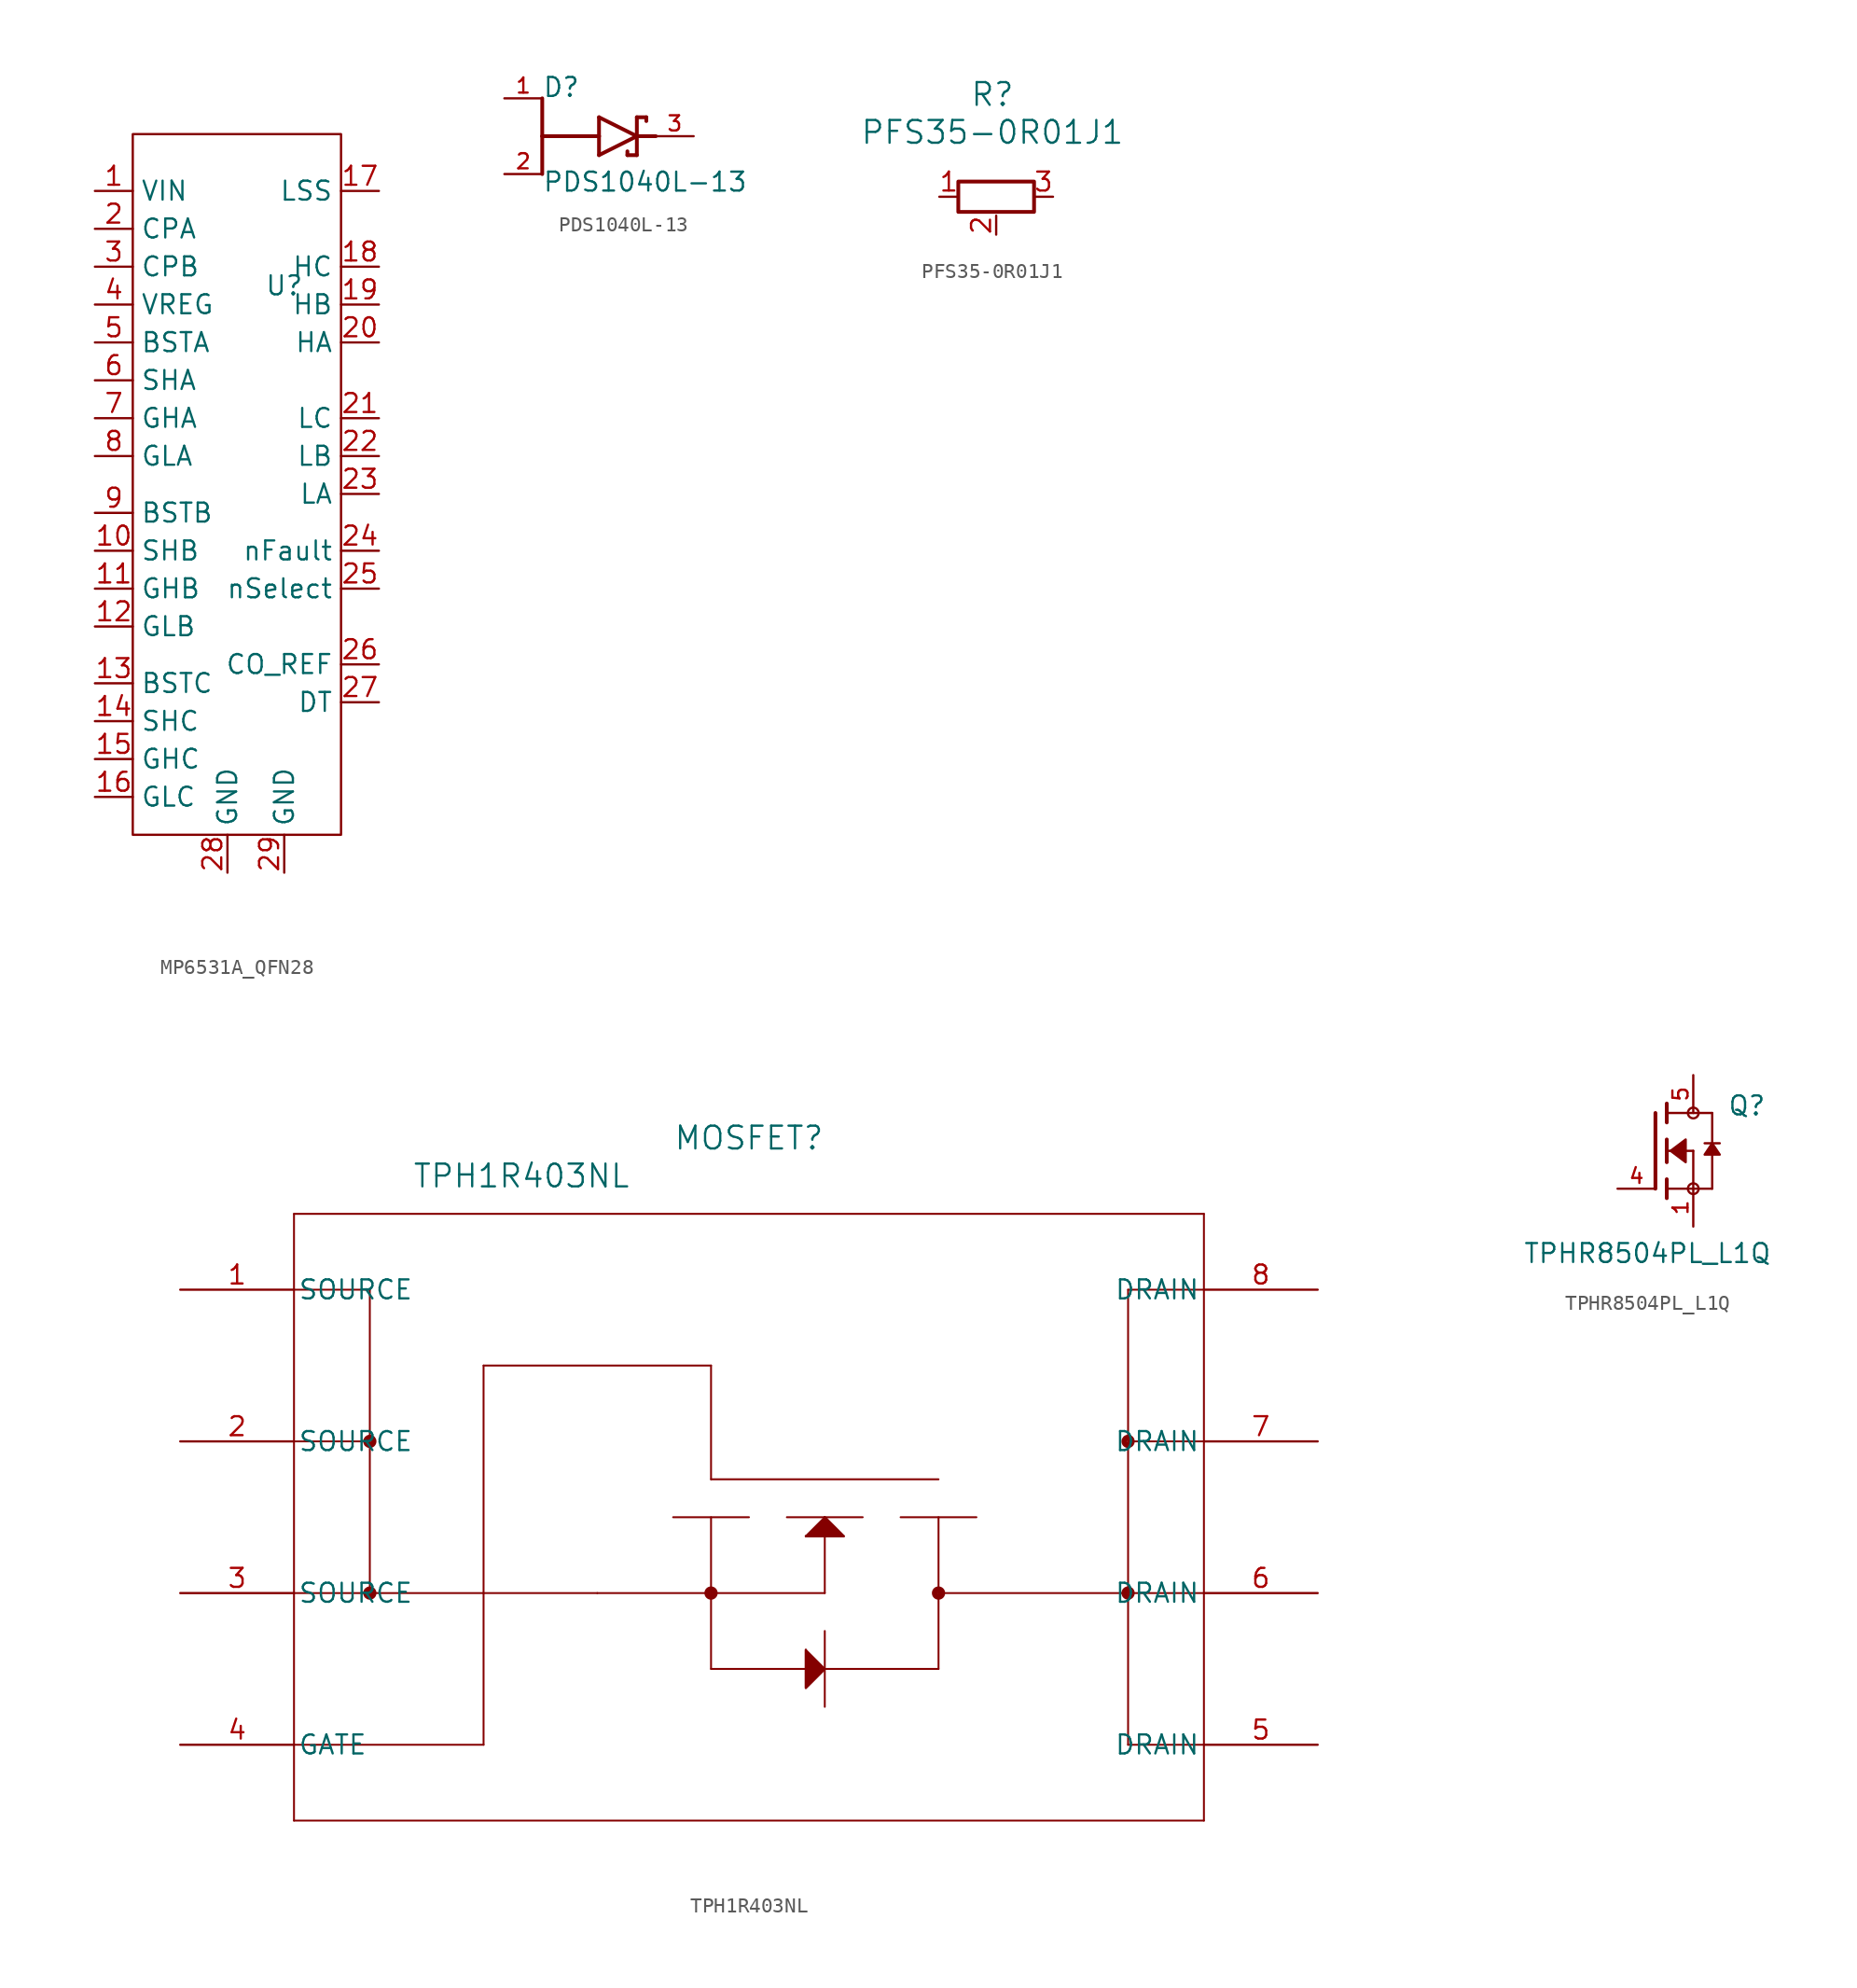
<source format=kicad_sym>
(kicad_symbol_lib
  (version 20231120)
  (generator "kicad_symbol_editor")
  (generator_version "8.0")
  (symbol "MP6531A_QFN28"
    (property "Reference" "U"
      (at 2.54 0 0)
      (effects (font (size 1.27 1.27))))
    (property "Value" ""
      (at 2.54 0 0)
      (effects (font (size 1.27 1.27))))
    (symbol "MP6531A_QFN28_0_1"
      (rectangle (start -7.62 10.16) (end 6.35 -36.83) (stroke (width 0) (type default)) (fill (type none))))
    (symbol "MP6531A_QFN28_1_1"
      (pin power_in line (at -10.16 6.35 0) (length 2.54) (name "VIN" (effects (font (size 1.27 1.27)))) (number "1" (effects (font (size 1.27 1.27)))))
      (pin bidirectional line (at -10.16 -17.78 0) (length 2.54) (name "SHB" (effects (font (size 1.27 1.27)))) (number "10" (effects (font (size 1.27 1.27)))))
      (pin bidirectional line (at -10.16 -20.32 0) (length 2.54) (name "GHB" (effects (font (size 1.27 1.27)))) (number "11" (effects (font (size 1.27 1.27)))))
      (pin bidirectional line (at -10.16 -22.86 0) (length 2.54) (name "GLB" (effects (font (size 1.27 1.27)))) (number "12" (effects (font (size 1.27 1.27)))))
      (pin bidirectional line (at -10.16 -26.67 0) (length 2.54) (name "BSTC" (effects (font (size 1.27 1.27)))) (number "13" (effects (font (size 1.27 1.27)))))
      (pin bidirectional line (at -10.16 -29.21 0) (length 2.54) (name "SHC" (effects (font (size 1.27 1.27)))) (number "14" (effects (font (size 1.27 1.27)))))
      (pin bidirectional line (at -10.16 -31.75 0) (length 2.54) (name "GHC" (effects (font (size 1.27 1.27)))) (number "15" (effects (font (size 1.27 1.27)))))
      (pin bidirectional line (at -10.16 -34.29 0) (length 2.54) (name "GLC" (effects (font (size 1.27 1.27)))) (number "16" (effects (font (size 1.27 1.27)))))
      (pin bidirectional line (at 8.89 6.35 180) (length 2.54) (name "LSS" (effects (font (size 1.27 1.27)))) (number "17" (effects (font (size 1.27 1.27)))))
      (pin bidirectional line (at 8.89 1.27 180) (length 2.54) (name "HC" (effects (font (size 1.27 1.27)))) (number "18" (effects (font (size 1.27 1.27)))))
      (pin bidirectional line (at 8.89 -1.27 180) (length 2.54) (name "HB" (effects (font (size 1.27 1.27)))) (number "19" (effects (font (size 1.27 1.27)))))
      (pin bidirectional line (at -10.16 3.81 0) (length 2.54) (name "CPA" (effects (font (size 1.27 1.27)))) (number "2" (effects (font (size 1.27 1.27)))))
      (pin bidirectional line (at 8.89 -3.81 180) (length 2.54) (name "HA" (effects (font (size 1.27 1.27)))) (number "20" (effects (font (size 1.27 1.27)))))
      (pin bidirectional line (at 8.89 -8.89 180) (length 2.54) (name "LC" (effects (font (size 1.27 1.27)))) (number "21" (effects (font (size 1.27 1.27)))))
      (pin bidirectional line (at 8.89 -11.43 180) (length 2.54) (name "LB" (effects (font (size 1.27 1.27)))) (number "22" (effects (font (size 1.27 1.27)))))
      (pin bidirectional line (at 8.89 -13.97 180) (length 2.54) (name "LA" (effects (font (size 1.27 1.27)))) (number "23" (effects (font (size 1.27 1.27)))))
      (pin bidirectional line (at 8.89 -17.78 180) (length 2.54) (name "nFault" (effects (font (size 1.27 1.27)))) (number "24" (effects (font (size 1.27 1.27)))))
      (pin bidirectional line (at 8.89 -20.32 180) (length 2.54) (name "nSelect" (effects (font (size 1.27 1.27)))) (number "25" (effects (font (size 1.27 1.27)))))
      (pin bidirectional line (at 8.89 -25.4 180) (length 2.54) (name "CO_REF" (effects (font (size 1.27 1.27)))) (number "26" (effects (font (size 1.27 1.27)))))
      (pin bidirectional line (at 8.89 -27.94 180) (length 2.54) (name "DT" (effects (font (size 1.27 1.27)))) (number "27" (effects (font (size 1.27 1.27)))))
      (pin power_in line (at -1.27 -39.37 90) (length 2.54) (name "GND" (effects (font (size 1.27 1.27)))) (number "28" (effects (font (size 1.27 1.27)))))
      (pin power_in line (at 2.54 -39.37 90) (length 2.54) (name "GND" (effects (font (size 1.27 1.27)))) (number "29" (effects (font (size 1.27 1.27)))))
      (pin bidirectional line (at -10.16 1.27 0) (length 2.54) (name "CPB" (effects (font (size 1.27 1.27)))) (number "3" (effects (font (size 1.27 1.27)))))
      (pin power_in line (at -10.16 -1.27 0) (length 2.54) (name "VREG" (effects (font (size 1.27 1.27)))) (number "4" (effects (font (size 1.27 1.27)))))
      (pin bidirectional line (at -10.16 -3.81 0) (length 2.54) (name "BSTA" (effects (font (size 1.27 1.27)))) (number "5" (effects (font (size 1.27 1.27)))))
      (pin bidirectional line (at -10.16 -6.35 0) (length 2.54) (name "SHA" (effects (font (size 1.27 1.27)))) (number "6" (effects (font (size 1.27 1.27)))))
      (pin bidirectional line (at -10.16 -8.89 0) (length 2.54) (name "GHA" (effects (font (size 1.27 1.27)))) (number "7" (effects (font (size 1.27 1.27)))))
      (pin bidirectional line (at -10.16 -11.43 0) (length 2.54) (name "GLA" (effects (font (size 1.27 1.27)))) (number "8" (effects (font (size 1.27 1.27)))))
      (pin bidirectional line (at -10.16 -15.24 0) (length 2.54) (name "BSTB" (effects (font (size 1.27 1.27)))) (number "9" (effects (font (size 1.27 1.27)))))))
  (symbol "PDS1040L-13"
    (pin_names
      (offset 1.016))
    (property "Reference" "D"
      (at -5.08 2.54 0)
      (effects (font (size 1.27 1.27)) (justify left bottom)))
    (property "Value" "PDS1040L-13"
      (at -5.08 -3.81 0)
      (effects (font (size 1.27 1.27)) (justify left bottom)))
    (symbol "PDS1040L-13_0_0"
      (polyline (pts (xy -5.08 0) (xy -5.08 -2.54)) (stroke (width 0.254) (type default)) (fill (type none)))
      (polyline (pts (xy -5.08 0) (xy -5.08 2.54)) (stroke (width 0.254) (type default)) (fill (type none)))
      (polyline (pts (xy -2.54 0) (xy -5.08 0)) (stroke (width 0.254) (type default)) (fill (type none)))
      (polyline (pts (xy -2.54 0) (xy -1.27 0)) (stroke (width 0.254) (type default)) (fill (type none)))
      (polyline (pts (xy -1.27 -1.27) (xy 1.27 0)) (stroke (width 0.254) (type default)) (fill (type none)))
      (polyline (pts (xy -1.27 0) (xy -1.27 -1.27)) (stroke (width 0.254) (type default)) (fill (type none)))
      (polyline (pts (xy -1.27 1.27) (xy -1.27 0)) (stroke (width 0.254) (type default)) (fill (type none)))
      (polyline (pts (xy 0.635 -1.016) (xy 0.635 -1.27)) (stroke (width 0.254) (type default)) (fill (type none)))
      (polyline (pts (xy 1.27 -1.27) (xy 0.635 -1.27)) (stroke (width 0.254) (type default)) (fill (type none)))
      (polyline (pts (xy 1.27 0) (xy -1.27 1.27)) (stroke (width 0.254) (type default)) (fill (type none)))
      (polyline (pts (xy 1.27 0) (xy 1.27 -1.27)) (stroke (width 0.254) (type default)) (fill (type none)))
      (polyline (pts (xy 1.27 1.27) (xy 1.27 0)) (stroke (width 0.254) (type default)) (fill (type none)))
      (polyline (pts (xy 1.905 1.27) (xy 1.27 1.27)) (stroke (width 0.254) (type default)) (fill (type none)))
      (polyline (pts (xy 1.905 1.27) (xy 1.905 1.016)) (stroke (width 0.254) (type default)) (fill (type none)))
      (polyline (pts (xy 2.54 0) (xy 1.27 0)) (stroke (width 0.254) (type default)) (fill (type none)))
      (pin passive line (at -7.62 2.54 0) (length 2.54) (name "~" (effects (font (size 1.016 1.016)))) (number "1" (effects (font (size 1.016 1.016)))))
      (pin passive line (at -7.62 -2.54 0) (length 2.54) (name "~" (effects (font (size 1.016 1.016)))) (number "2" (effects (font (size 1.016 1.016)))))
      (pin passive line (at 5.08 0 180) (length 2.54) (name "~" (effects (font (size 1.016 1.016)))) (number "3" (effects (font (size 1.016 1.016)))))))
  (symbol "PFS35-0R01J1"
    (pin_names
      (offset 0.254))
    (property "Reference" "R"
      (at 65.786 6.858 0)
      (effects (font (size 1.524 1.524))))
    (property "Value" "PFS35-0R01J1"
      (at 65.786 4.318 0)
      (effects (font (size 1.524 1.524))))
    (property "ki_locked" ""
      (at 0 0 0)
      (effects (font (size 1.27 1.27))))
    (symbol "PFS35-0R01J1_0_1"
      (rectangle (start 68.58 -1.016) (end 63.5 1.016) (stroke (width 0.254) (type default)) (fill (type none))))
    (symbol "PFS35-0R01J1_1_1"
      (pin passive line (at 62.23 0 0) (length 1.27) (name "~" (effects (font (size 1.27 1.27)))) (number "1" (effects (font (size 1.27 1.27)))))
      (pin passive line (at 66.04 -2.54 90) (length 1.27) (name "~" (effects (font (size 1.27 1.27)))) (number "2" (effects (font (size 1.27 1.27)))))
      (pin passive line (at 69.85 0 180) (length 1.27) (name "~" (effects (font (size 1.27 1.27)))) (number "3" (effects (font (size 1.27 1.27)))))))
  (symbol "TPH1R403NL"
    (pin_names
      (offset 0.254))
    (property "Reference" "MOSFET"
      (at 38.1 10.16 0)
      (effects (font (size 1.524 1.524))))
    (property "Value" "TPH1R403NL"
      (at 22.86 7.62 0)
      (effects (font (size 1.524 1.524))))
    (property "ki_locked" ""
      (at 0 0 0)
      (effects (font (size 1.27 1.27))))
    (symbol "TPH1R403NL_0_1"
      (polyline (pts (xy 7.62 -35.56) (xy 68.58 -35.56)) (stroke (width 0.127) (type default)) (fill (type none)))
      (polyline (pts (xy 7.62 -10.16) (xy 12.7 -10.16)) (stroke (width 0.127) (type default)) (fill (type none)))
      (polyline (pts (xy 7.62 0) (xy 12.7 0)) (stroke (width 0.127) (type default)) (fill (type none)))
      (polyline (pts (xy 7.62 5.08) (xy 7.62 -35.56)) (stroke (width 0.127) (type default)) (fill (type none)))
      (polyline (pts (xy 12.7 -20.32) (xy 7.62 -20.32)) (stroke (width 0.127) (type default)) (fill (type none)))
      (polyline (pts (xy 12.7 -20.32) (xy 20.32 -20.32)) (stroke (width 0.127) (type default)) (fill (type none)))
      (polyline (pts (xy 12.7 0) (xy 12.7 -20.32)) (stroke (width 0.127) (type default)) (fill (type none)))
      (polyline (pts (xy 20.32 -30.48) (xy 7.62 -30.48)) (stroke (width 0.127) (type default)) (fill (type none)))
      (polyline (pts (xy 20.32 -20.32) (xy 20.32 -30.48)) (stroke (width 0.127) (type default)) (fill (type none)))
      (polyline (pts (xy 20.32 -20.32) (xy 20.32 -5.08)) (stroke (width 0.127) (type default)) (fill (type none)))
      (polyline (pts (xy 20.32 -20.32) (xy 27.94 -20.32)) (stroke (width 0.127) (type default)) (fill (type none)))
      (polyline (pts (xy 20.32 -5.08) (xy 35.56 -5.08)) (stroke (width 0.127) (type default)) (fill (type none)))
      (polyline (pts (xy 27.94 -20.32) (xy 35.56 -20.32)) (stroke (width 0.127) (type default)) (fill (type none)))
      (polyline (pts (xy 33.02 -15.24) (xy 38.1 -15.24)) (stroke (width 0.127) (type default)) (fill (type none)))
      (polyline (pts (xy 35.56 -25.4) (xy 43.18 -25.4)) (stroke (width 0.127) (type default)) (fill (type none)))
      (polyline (pts (xy 35.56 -20.32) (xy 35.56 -25.4)) (stroke (width 0.127) (type default)) (fill (type none)))
      (polyline (pts (xy 35.56 -20.32) (xy 35.56 -15.24)) (stroke (width 0.127) (type default)) (fill (type none)))
      (polyline (pts (xy 35.56 -20.32) (xy 43.18 -20.32)) (stroke (width 0.127) (type default)) (fill (type none)))
      (polyline (pts (xy 35.56 -12.7) (xy 50.8 -12.7)) (stroke (width 0.127) (type default)) (fill (type none)))
      (polyline (pts (xy 35.56 -5.08) (xy 35.56 -12.7)) (stroke (width 0.127) (type default)) (fill (type none)))
      (polyline (pts (xy 40.64 -15.24) (xy 45.72 -15.24)) (stroke (width 0.127) (type default)) (fill (type none)))
      (polyline (pts (xy 41.91 -24.13) (xy 41.91 -26.67)) (stroke (width 0.127) (type default)) (fill (type none)))
      (polyline (pts (xy 41.91 -16.51) (xy 44.45 -16.51)) (stroke (width 0.127) (type default)) (fill (type none)))
      (polyline (pts (xy 43.18 -25.4) (xy 41.91 -26.67)) (stroke (width 0.127) (type default)) (fill (type none)))
      (polyline (pts (xy 43.18 -25.4) (xy 41.91 -24.13)) (stroke (width 0.127) (type default)) (fill (type none)))
      (polyline (pts (xy 43.18 -25.4) (xy 50.8 -25.4)) (stroke (width 0.127) (type default)) (fill (type none)))
      (polyline (pts (xy 43.18 -22.86) (xy 43.18 -27.94)) (stroke (width 0.127) (type default)) (fill (type none)))
      (polyline (pts (xy 43.18 -15.24) (xy 41.91 -16.51)) (stroke (width 0.127) (type default)) (fill (type none)))
      (polyline (pts (xy 43.18 -15.24) (xy 43.18 -20.32)) (stroke (width 0.127) (type default)) (fill (type none)))
      (polyline (pts (xy 43.18 -15.24) (xy 44.45 -16.51)) (stroke (width 0.127) (type default)) (fill (type none)))
      (polyline (pts (xy 48.26 -15.24) (xy 53.34 -15.24)) (stroke (width 0.127) (type default)) (fill (type none)))
      (polyline (pts (xy 50.8 -25.4) (xy 50.8 -20.32)) (stroke (width 0.127) (type default)) (fill (type none)))
      (polyline (pts (xy 50.8 -20.32) (xy 68.58 -20.32)) (stroke (width 0.127) (type default)) (fill (type none)))
      (polyline (pts (xy 50.8 -15.24) (xy 50.8 -20.32)) (stroke (width 0.127) (type default)) (fill (type none)))
      (polyline (pts (xy 63.5 -30.48) (xy 68.58 -30.48)) (stroke (width 0.127) (type default)) (fill (type none)))
      (polyline (pts (xy 63.5 -10.16) (xy 68.58 -10.16)) (stroke (width 0.127) (type default)) (fill (type none)))
      (polyline (pts (xy 63.5 0) (xy 63.5 -30.48)) (stroke (width 0.127) (type default)) (fill (type none)))
      (polyline (pts (xy 68.58 -35.56) (xy 68.58 5.08)) (stroke (width 0.127) (type default)) (fill (type none)))
      (polyline (pts (xy 68.58 0) (xy 63.5 0)) (stroke (width 0.127) (type default)) (fill (type none)))
      (polyline (pts (xy 68.58 5.08) (xy 7.62 5.08)) (stroke (width 0.127) (type default)) (fill (type none)))
      (polyline (pts (xy 43.18 -25.4) (xy 41.91 -26.67) (xy 41.91 -24.13)) (stroke (width 0) (type default)) (fill (type outline)))
      (polyline (pts (xy 43.18 -15.24) (xy 44.45 -16.51) (xy 41.91 -16.51)) (stroke (width 0) (type default)) (fill (type outline)))
      (circle (center 12.7 -20.32) (radius 0.254) (stroke (width 0.381) (type default)) (fill (type none)))
      (circle (center 12.7 -10.16) (radius 0.254) (stroke (width 0.381) (type default)) (fill (type none)))
      (circle (center 35.56 -20.32) (radius 0.254) (stroke (width 0.381) (type default)) (fill (type none)))
      (circle (center 50.8 -20.32) (radius 0.254) (stroke (width 0.381) (type default)) (fill (type none)))
      (circle (center 63.5 -20.32) (radius 0.254) (stroke (width 0.381) (type default)) (fill (type none)))
      (circle (center 63.5 -10.16) (radius 0.254) (stroke (width 0.381) (type default)) (fill (type none)))
      (pin unspecified line (at 0 0 0) (length 7.62) (name "SOURCE" (effects (font (size 1.27 1.27)))) (number "1" (effects (font (size 1.27 1.27)))))
      (pin unspecified line (at 0 -10.16 0) (length 7.62) (name "SOURCE" (effects (font (size 1.27 1.27)))) (number "2" (effects (font (size 1.27 1.27)))))
      (pin unspecified line (at 0 -20.32 0) (length 7.62) (name "SOURCE" (effects (font (size 1.27 1.27)))) (number "3" (effects (font (size 1.27 1.27)))))
      (pin unspecified line (at 0 -30.48 0) (length 7.62) (name "GATE" (effects (font (size 1.27 1.27)))) (number "4" (effects (font (size 1.27 1.27)))))
      (pin unspecified line (at 76.2 -30.48 180) (length 7.62) (name "DRAIN" (effects (font (size 1.27 1.27)))) (number "5" (effects (font (size 1.27 1.27)))))
      (pin unspecified line (at 76.2 -20.32 180) (length 7.62) (name "DRAIN" (effects (font (size 1.27 1.27)))) (number "6" (effects (font (size 1.27 1.27)))))
      (pin unspecified line (at 76.2 -10.16 180) (length 7.62) (name "DRAIN" (effects (font (size 1.27 1.27)))) (number "7" (effects (font (size 1.27 1.27)))))
      (pin unspecified line (at 76.2 0 180) (length 7.62) (name "DRAIN" (effects (font (size 1.27 1.27)))) (number "8" (effects (font (size 1.27 1.27)))))))
  (symbol "TPHR8504PL_L1Q"
    (pin_names
      (offset 1.016))
    (property "Reference" "Q"
      (at 2.286 2.286 0)
      (effects (font (size 1.27 1.27)) (justify left bottom)))
    (property "Value" "TPHR8504PL_L1Q"
      (at -11.43 -7.62 0)
      (effects (font (size 1.27 1.27)) (justify left bottom)))
    (symbol "TPHR8504PL_L1Q_0_0"
      (circle (center 0 -2.54) (radius 0.359) (stroke (width 0) (type default)) (fill (type none)))
      (polyline (pts (xy -2.54 2.54) (xy -2.54 -2.54)) (stroke (width 0.254) (type default)) (fill (type none)))
      (polyline (pts (xy -1.778 -2.54) (xy -1.778 -3.175)) (stroke (width 0.254) (type default)) (fill (type none)))
      (polyline (pts (xy -1.778 -1.905) (xy -1.778 -2.54)) (stroke (width 0.254) (type default)) (fill (type none)))
      (polyline (pts (xy -1.778 0) (xy -1.778 -0.762)) (stroke (width 0.254) (type default)) (fill (type none)))
      (polyline (pts (xy -1.778 0) (xy 0 0)) (stroke (width 0.152) (type default)) (fill (type none)))
      (polyline (pts (xy -1.778 0.762) (xy -1.778 0)) (stroke (width 0.254) (type default)) (fill (type none)))
      (polyline (pts (xy -1.778 2.54) (xy -1.778 1.905)) (stroke (width 0.254) (type default)) (fill (type none)))
      (polyline (pts (xy -1.778 2.54) (xy 1.27 2.54)) (stroke (width 0.152) (type default)) (fill (type none)))
      (polyline (pts (xy -1.778 3.175) (xy -1.778 2.54)) (stroke (width 0.254) (type default)) (fill (type none)))
      (polyline (pts (xy 0 -2.54) (xy -1.778 -2.54)) (stroke (width 0.152) (type default)) (fill (type none)))
      (polyline (pts (xy 0 -2.54) (xy 1.27 -2.54)) (stroke (width 0.152) (type default)) (fill (type none)))
      (polyline (pts (xy 0 0) (xy 0 -2.54)) (stroke (width 0.152) (type default)) (fill (type none)))
      (polyline (pts (xy 1.27 0.508) (xy 0.762 0.508)) (stroke (width 0.152) (type default)) (fill (type none)))
      (polyline (pts (xy 1.27 0.508) (xy 1.27 -2.54)) (stroke (width 0.152) (type default)) (fill (type none)))
      (polyline (pts (xy 1.27 2.54) (xy 1.27 0.508)) (stroke (width 0.152) (type default)) (fill (type none)))
      (polyline (pts (xy 1.778 0.508) (xy 1.27 0.508)) (stroke (width 0.152) (type default)) (fill (type none)))
      (polyline (pts (xy -1.524 0) (xy -0.508 0.762) (xy -0.508 -0.762) (xy -1.524 0)) (stroke (width 0.152) (type default)) (fill (type outline)))
      (polyline (pts (xy 1.27 0.508) (xy 0.762 -0.254) (xy 1.778 -0.254) (xy 1.27 0.508)) (stroke (width 0.152) (type default)) (fill (type outline)))
      (circle (center 0 2.54) (radius 0.359) (stroke (width 0) (type default)) (fill (type none)))
      (pin passive line (at 0 -5.08 90) (length 2.54) (name "~" (effects (font (size 1.016 1.016)))) (number "1" (effects (font (size 1.016 1.016)))))
      (pin passive line (at -5.08 -2.54 0) (length 2.54) (name "~" (effects (font (size 1.016 1.016)))) (number "4" (effects (font (size 1.016 1.016)))))
      (pin passive line (at 0 5.08 270) (length 2.54) (name "~" (effects (font (size 1.016 1.016)))) (number "5" (effects (font (size 1.016 1.016))))))))
</source>
